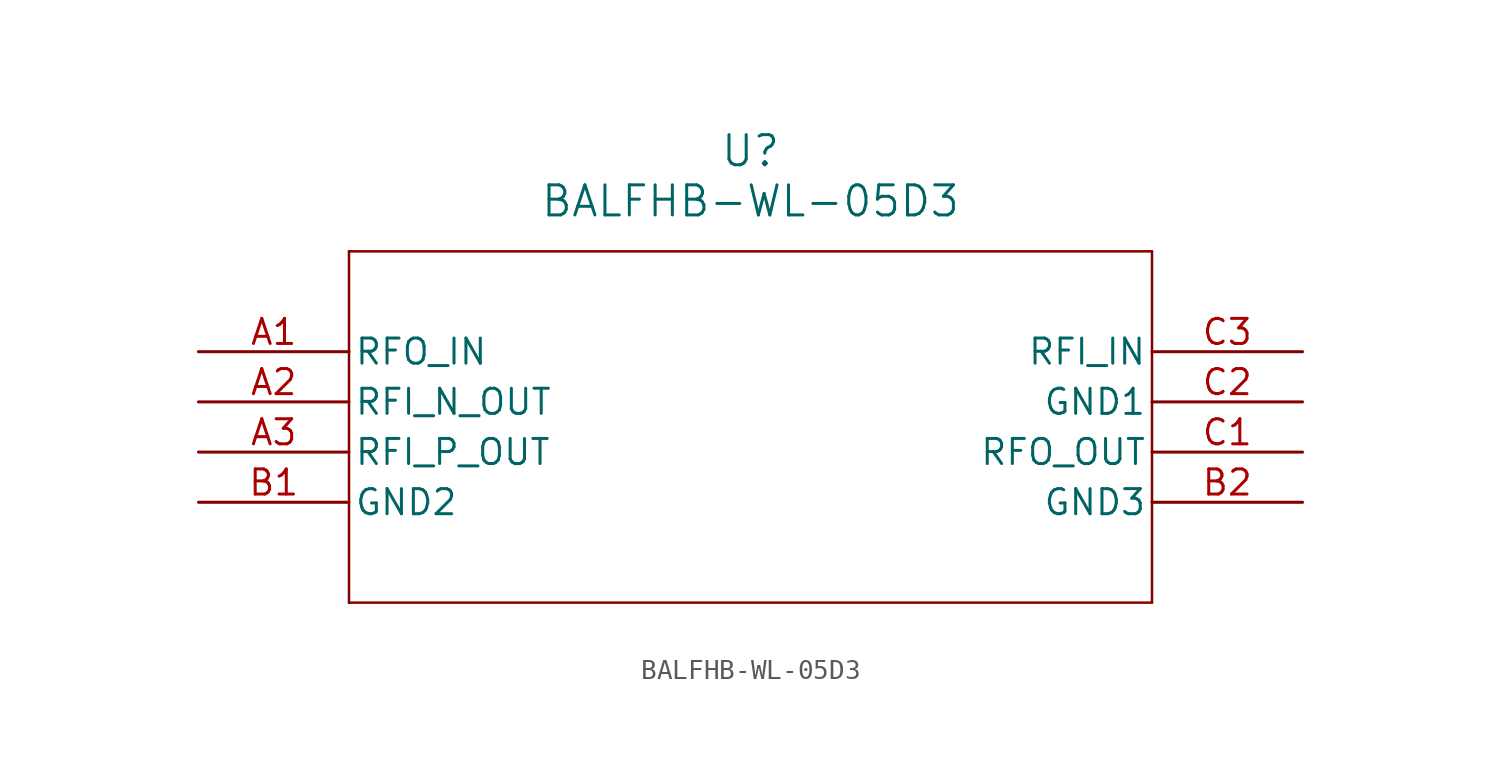
<source format=kicad_sym>
(kicad_symbol_lib
  (version 20211014)
  (generator kicad_symbol_editor)
  (symbol "BALFHB-WL-05D3"
    (pin_names
      (offset 0.254))
    (property "Reference" "U"
      (at 27.94 10.16 0)
      (effects (font (size 1.524 1.524))))
    (property "Value" "BALFHB-WL-05D3"
      (at 27.94 7.62 0)
      (effects (font (size 1.524 1.524))))
    (symbol "BALFHB-WL-05D3_0_1"
      (polyline (pts (xy 7.62 5.08) (xy 7.62 -12.7)) (stroke (width 0.127) (type default) (color 0 0 0 0)) (fill (type none)))
      (polyline (pts (xy 7.62 -12.7) (xy 48.26 -12.7)) (stroke (width 0.127) (type default) (color 0 0 0 0)) (fill (type none)))
      (polyline (pts (xy 48.26 -12.7) (xy 48.26 5.08)) (stroke (width 0.127) (type default) (color 0 0 0 0)) (fill (type none)))
      (polyline (pts (xy 48.26 5.08) (xy 7.62 5.08)) (stroke (width 0.127) (type default) (color 0 0 0 0)) (fill (type none)))
      (pin input line (at 0 0 0) (length 7.62) (name "RFO_IN" (effects (font (size 1.27 1.27)))) (number "A1" (effects (font (size 1.27 1.27)))))
      (pin output line (at 0 -2.54 0) (length 7.62) (name "RFI_N_OUT" (effects (font (size 1.27 1.27)))) (number "A2" (effects (font (size 1.27 1.27)))))
      (pin output line (at 0 -5.08 0) (length 7.62) (name "RFI_P_OUT" (effects (font (size 1.27 1.27)))) (number "A3" (effects (font (size 1.27 1.27)))))
      (pin power_out line (at 0 -7.62 0) (length 7.62) (name "GND2" (effects (font (size 1.27 1.27)))) (number "B1" (effects (font (size 1.27 1.27)))))
      (pin power_out line (at 55.88 -7.62 180) (length 7.62) (name "GND3" (effects (font (size 1.27 1.27)))) (number "B2" (effects (font (size 1.27 1.27)))))
      (pin output line (at 55.88 -5.08 180) (length 7.62) (name "RFO_OUT" (effects (font (size 1.27 1.27)))) (number "C1" (effects (font (size 1.27 1.27)))))
      (pin power_out line (at 55.88 -2.54 180) (length 7.62) (name "GND1" (effects (font (size 1.27 1.27)))) (number "C2" (effects (font (size 1.27 1.27)))))
      (pin input line (at 55.88 0 180) (length 7.62) (name "RFI_IN" (effects (font (size 1.27 1.27)))) (number "C3" (effects (font (size 1.27 1.27))))))))
</source>
